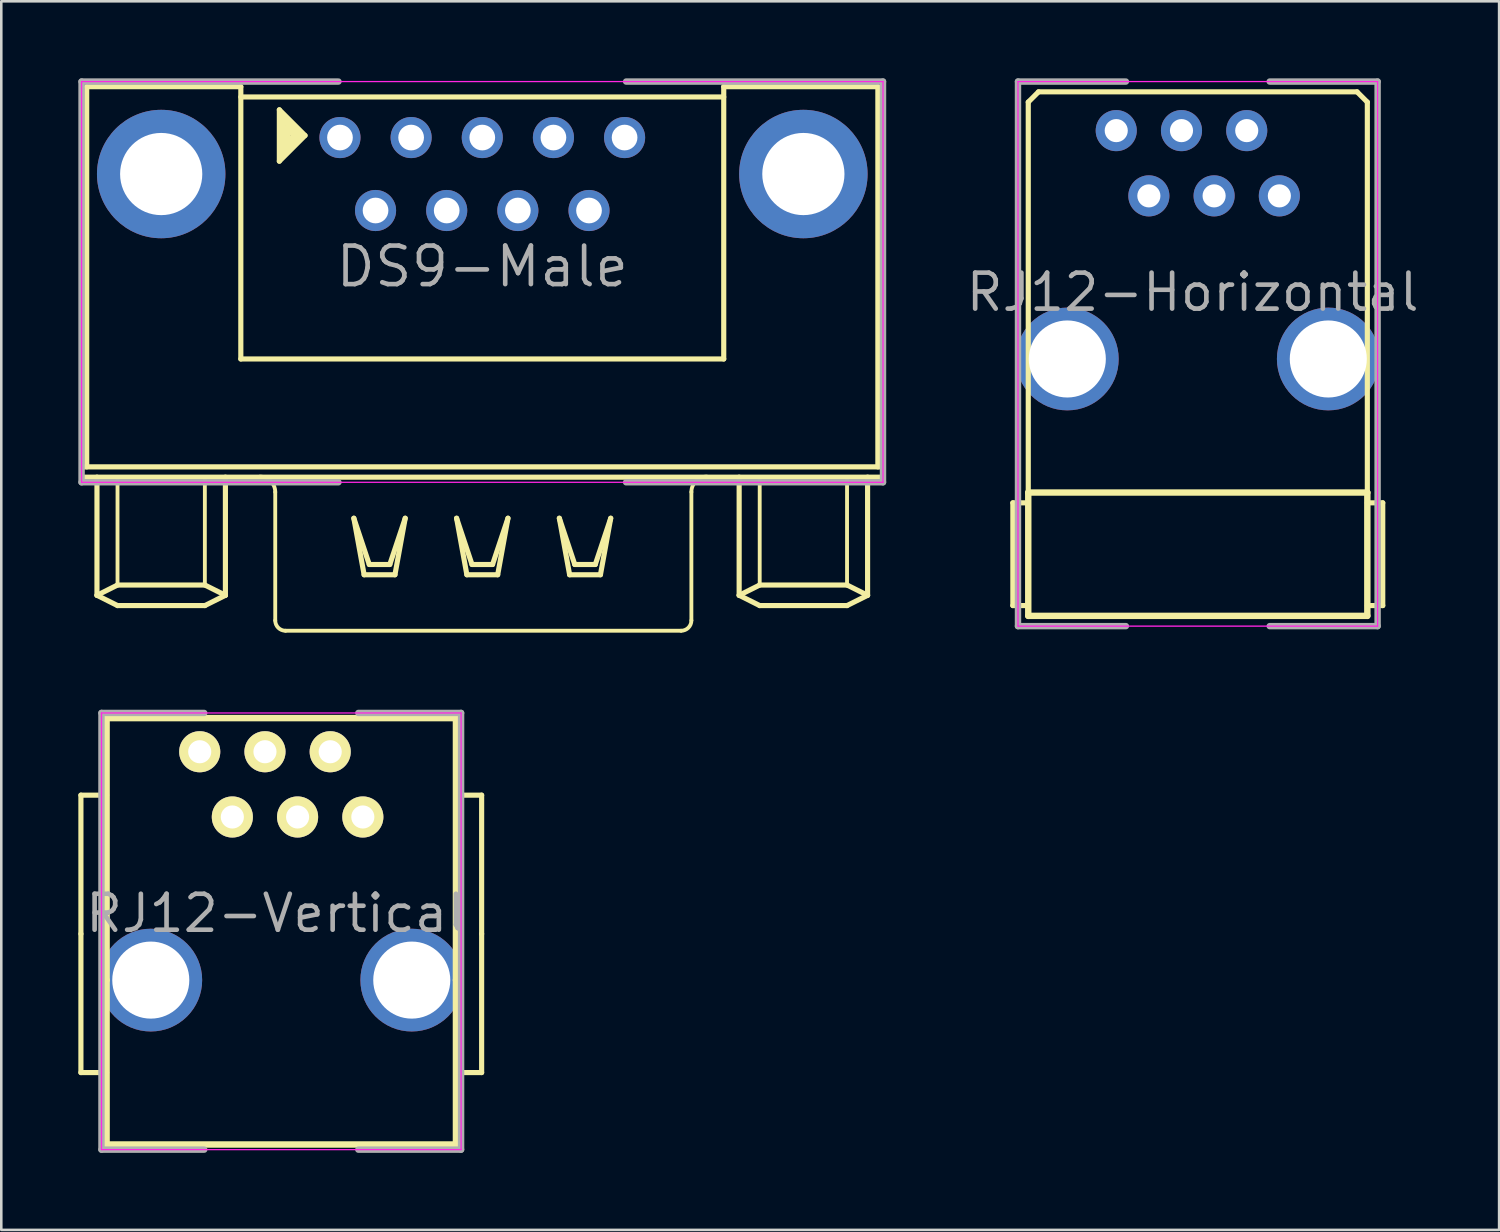
<source format=kicad_pcb>
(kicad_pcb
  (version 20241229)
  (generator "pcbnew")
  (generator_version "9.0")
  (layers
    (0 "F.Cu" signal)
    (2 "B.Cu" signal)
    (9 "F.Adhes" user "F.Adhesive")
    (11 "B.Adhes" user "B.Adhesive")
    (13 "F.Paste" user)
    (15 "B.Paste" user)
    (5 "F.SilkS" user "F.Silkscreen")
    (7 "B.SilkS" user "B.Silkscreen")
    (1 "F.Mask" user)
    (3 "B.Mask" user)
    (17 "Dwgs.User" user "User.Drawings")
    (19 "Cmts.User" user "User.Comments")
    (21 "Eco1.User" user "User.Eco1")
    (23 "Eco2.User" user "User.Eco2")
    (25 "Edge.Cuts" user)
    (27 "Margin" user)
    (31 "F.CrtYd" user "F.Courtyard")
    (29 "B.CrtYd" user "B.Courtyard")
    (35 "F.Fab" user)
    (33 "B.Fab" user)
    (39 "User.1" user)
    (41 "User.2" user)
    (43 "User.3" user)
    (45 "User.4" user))
  (footprint "RJ12-Horizontal"
    (layer "F.Cu")
    (at 43.58 10.925)
    (property "Reference" "RJ12-Horizontal" (at -0.2 -2.6 0) (layer "F.Fab") (effects (font (size 1.4 1.4) (thickness 0.18))))
    (attr exclude_from_pos_files exclude_from_bom)
    (fp_line (start -7.2 5.6) (end -7.2 9.6) (stroke (width 0.2) (type solid)) (layer "F.SilkS"))
    (fp_line (start -7.2 9.6) (end -6.6 9.6) (stroke (width 0.2) (type solid)) (layer "F.SilkS"))
    (fp_line (start -6.6 -10) (end -6.2 -10.4) (stroke (width 0.2) (type solid)) (layer "F.SilkS"))
    (fp_line (start -6.6 5.2) (end -6.6 -10) (stroke (width 0.2) (type solid)) (layer "F.SilkS"))
    (fp_line (start -6.6 5.2) (end -6.6 10) (stroke (width 0.25) (type solid)) (layer "F.SilkS"))
    (fp_line (start -6.6 5.2) (end 6.6 5.2) (stroke (width 0.25) (type solid)) (layer "F.SilkS"))
    (fp_line (start -6.6 5.6) (end -7.2 5.6) (stroke (width 0.2) (type solid)) (layer "F.SilkS"))
    (fp_line (start -6.6 10) (end 6.6 10) (stroke (width 0.25) (type solid)) (layer "F.SilkS"))
    (fp_line (start -6.2 -10.4) (end 6.2 -10.4) (stroke (width 0.2) (type solid)) (layer "F.SilkS"))
    (fp_line (start 6.6 -10) (end 6.2 -10.4) (stroke (width 0.2) (type solid)) (layer "F.SilkS"))
    (fp_line (start 6.6 -10) (end 6.6 5.2) (stroke (width 0.2) (type solid)) (layer "F.SilkS"))
    (fp_line (start 6.6 5.2) (end 6.6 10) (stroke (width 0.25) (type solid)) (layer "F.SilkS"))
    (fp_line (start 6.6 5.6) (end 7.2 5.6) (stroke (width 0.2) (type solid)) (layer "F.SilkS"))
    (fp_line (start 7.2 5.6) (end 7.2 9.6) (stroke (width 0.2) (type solid)) (layer "F.SilkS"))
    (fp_line (start 7.2 9.6) (end 6.6 9.6) (stroke (width 0.2) (type solid)) (layer "F.SilkS"))
    (fp_line (start -7 -10.8) (end 7 -10.8) (stroke (width 0.05) (type solid)) (layer "F.CrtYd"))
    (fp_line (start -7 10.4) (end -7 -10.8) (stroke (width 0.05) (type solid)) (layer "F.CrtYd"))
    (fp_line (start 7 -10.8) (end 7 10.4) (stroke (width 0.05) (type solid)) (layer "F.CrtYd"))
    (fp_line (start 7 10.4) (end -7 10.4) (stroke (width 0.05) (type solid)) (layer "F.CrtYd"))
    (fp_line (start -7 -10.8) (end -7 10.4) (stroke (width 0.25) (type solid)) (layer "F.Fab"))
    (fp_line (start -2.8 -10.8) (end -7 -10.8) (stroke (width 0.25) (type solid)) (layer "F.Fab"))
    (fp_line (start -2.8 10.4) (end -7 10.4) (stroke (width 0.25) (type solid)) (layer "F.Fab"))
    (fp_line (start 7 -10.8) (end 2.8 -10.8) (stroke (width 0.25) (type solid)) (layer "F.Fab"))
    (fp_line (start 7 -10.8) (end 7 10.4) (stroke (width 0.25) (type solid)) (layer "F.Fab"))
    (fp_line (start 7 10.4) (end 2.8 10.4) (stroke (width 0.25) (type solid)) (layer "F.Fab"))
    (pad "1" thru_hole circle (at -3.175 -8.89) (size 1.6 1.6) (drill 0.9) (layers "*.Cu" "*.Mask"))
    (pad "2" thru_hole circle (at -1.905 -6.35) (size 1.6 1.6) (drill 0.9) (layers "*.Cu" "*.Mask"))
    (pad "3" thru_hole circle (at -0.635 -8.89) (size 1.6 1.6) (drill 0.9) (layers "*.Cu" "*.Mask"))
    (pad "4" thru_hole circle (at 0.635 -6.35) (size 1.6 1.6) (drill 0.9) (layers "*.Cu" "*.Mask"))
    (pad "5" thru_hole circle (at 1.905 -8.89) (size 1.6 1.6) (drill 0.9) (layers "*.Cu" "*.Mask"))
    (pad "6" thru_hole circle (at 3.175 -6.35) (size 1.6 1.6) (drill 0.9) (layers "*.Cu" "*.Mask"))
    (pad "7" thru_hole circle (at -5.08 0) (size 4 4) (drill 3) (layers "*.Cu" "*.Mask"))
    (pad "7" thru_hole circle (at 5.08 0) (size 4 4) (drill 3) (layers "*.Cu" "*.Mask")))
  (footprint "DS9-Male"
    (layer "F.Cu")
    (at 15.725 3.725)
    (property "Reference" "DS9-Male" (at 0 3.6 0) (layer "F.Fab") (effects (font (size 1.5 1.5) (thickness 0.18))))
    (attr through_hole)
    (fp_line (start -15.6 11.4) (end -15.6 11.8) (stroke (width 0.2) (type solid)) (layer "F.SilkS"))
    (fp_line (start -15.6 11.4) (end 15.6 11.4) (stroke (width 0.2) (type solid)) (layer "F.SilkS"))
    (fp_line (start -15.6 11.8) (end 15.6 11.8) (stroke (width 0.2) (type solid)) (layer "F.SilkS"))
    (fp_line (start -15.4 -3.4) (end -9.4 -3.4) (stroke (width 0.2) (type solid)) (layer "F.SilkS"))
    (fp_line (start -15.4 11.4) (end -15.4 -3.4) (stroke (width 0.2) (type solid)) (layer "F.SilkS"))
    (fp_line (start -15 16.4) (end -15 11.8) (stroke (width 0.2) (type solid)) (layer "F.SilkS"))
    (fp_line (start -14.2 16) (end -15 16.4) (stroke (width 0.2) (type solid)) (layer "F.SilkS"))
    (fp_line (start -14.2 16) (end -14.2 11.8) (stroke (width 0.15) (type solid)) (layer "F.SilkS"))
    (fp_line (start -14.2 16.8) (end -15 16.4) (stroke (width 0.2) (type solid)) (layer "F.SilkS"))
    (fp_line (start -14.2 16.8) (end -10.8 16.8) (stroke (width 0.2) (type solid)) (layer "F.SilkS"))
    (fp_line (start -10.8 16) (end -14.2 16) (stroke (width 0.2) (type solid)) (layer "F.SilkS"))
    (fp_line (start -10.8 16) (end -10.8 11.8) (stroke (width 0.15) (type solid)) (layer "F.SilkS"))
    (fp_line (start -10 16.4) (end -10.8 16) (stroke (width 0.2) (type solid)) (layer "F.SilkS"))
    (fp_line (start -10 16.4) (end -10.8 16.8) (stroke (width 0.2) (type solid)) (layer "F.SilkS"))
    (fp_line (start -10 16.4) (end -10 11.8) (stroke (width 0.2) (type solid)) (layer "F.SilkS"))
    (fp_line (start -9.4 -3.4) (end -9.4 7.2) (stroke (width 0.2) (type solid)) (layer "F.SilkS"))
    (fp_line (start -9.4 -3) (end 9.4 -3) (stroke (width 0.2) (type solid)) (layer "F.SilkS"))
    (fp_line (start -9.4 7.2) (end 9.4 7.2) (stroke (width 0.2) (type solid)) (layer "F.SilkS"))
    (fp_line (start -8.06 12.38) (end -8.06 17.38) (stroke (width 0.15) (type solid)) (layer "F.SilkS"))
    (fp_line (start -7.9 -2.5) (end -7.9 -0.5) (stroke (width 0.2) (type solid)) (layer "F.SilkS"))
    (fp_line (start -7.8 -2.2) (end -7.2 -1.6) (stroke (width 0.25) (type solid)) (layer "F.SilkS"))
    (fp_line (start -7.8 -0.8) (end -7.8 -2.2) (stroke (width 0.25) (type solid)) (layer "F.SilkS"))
    (fp_line (start -7.66 17.78) (end 7.74 17.78) (stroke (width 0.15) (type solid)) (layer "F.SilkS"))
    (fp_line (start -7.6 -1.8) (end -7.4 -1.6) (stroke (width 0.25) (type solid)) (layer "F.SilkS"))
    (fp_line (start -7.6 -1.2) (end -7.6 -1.8) (stroke (width 0.25) (type solid)) (layer "F.SilkS"))
    (fp_line (start -7.2 -1.6) (end -7.6 -1.2) (stroke (width 0.25) (type solid)) (layer "F.SilkS"))
    (fp_line (start -7.1 -1.5) (end -7.8 -0.8) (stroke (width 0.25) (type solid)) (layer "F.SilkS"))
    (fp_line (start -6.9 -1.5) (end -7.9 -2.5) (stroke (width 0.2) (type solid)) (layer "F.SilkS"))
    (fp_line (start -6.9 -1.5) (end -7.9 -0.5) (stroke (width 0.2) (type solid)) (layer "F.SilkS"))
    (fp_line (start -5 13.4) (end -4.6 15.6) (stroke (width 0.2) (type solid)) (layer "F.SilkS"))
    (fp_line (start -4.6 15.6) (end -3.4 15.6) (stroke (width 0.2) (type solid)) (layer "F.SilkS"))
    (fp_line (start -4.4 15.2) (end -5 13.4) (stroke (width 0.2) (type solid)) (layer "F.SilkS"))
    (fp_line (start -3.6 15.2) (end -4.4 15.2) (stroke (width 0.2) (type solid)) (layer "F.SilkS"))
    (fp_line (start -3.4 15.6) (end -3 13.4) (stroke (width 0.2) (type solid)) (layer "F.SilkS"))
    (fp_line (start -3 13.4) (end -3.6 15.2) (stroke (width 0.2) (type solid)) (layer "F.SilkS"))
    (fp_line (start -1 13.4) (end -0.6 15.6) (stroke (width 0.2) (type solid)) (layer "F.SilkS"))
    (fp_line (start -0.6 15.6) (end 0.6 15.6) (stroke (width 0.2) (type solid)) (layer "F.SilkS"))
    (fp_line (start -0.4 15.2) (end -1 13.4) (stroke (width 0.2) (type solid)) (layer "F.SilkS"))
    (fp_line (start 0.4 15.2) (end -0.4 15.2) (stroke (width 0.2) (type solid)) (layer "F.SilkS"))
    (fp_line (start 0.6 15.6) (end 1 13.4) (stroke (width 0.2) (type solid)) (layer "F.SilkS"))
    (fp_line (start 1 13.4) (end 0.4 15.2) (stroke (width 0.2) (type solid)) (layer "F.SilkS"))
    (fp_line (start 3 13.4) (end 3.4 15.6) (stroke (width 0.2) (type solid)) (layer "F.SilkS"))
    (fp_line (start 3.4 15.6) (end 4.6 15.6) (stroke (width 0.2) (type solid)) (layer "F.SilkS"))
    (fp_line (start 3.6 15.2) (end 3 13.4) (stroke (width 0.2) (type solid)) (layer "F.SilkS"))
    (fp_line (start 4.4 15.2) (end 3.6 15.2) (stroke (width 0.2) (type solid)) (layer "F.SilkS"))
    (fp_line (start 4.6 15.6) (end 5 13.4) (stroke (width 0.2) (type solid)) (layer "F.SilkS"))
    (fp_line (start 5 13.4) (end 4.4 15.2) (stroke (width 0.2) (type solid)) (layer "F.SilkS"))
    (fp_line (start 8.14 17.38) (end 8.14 12.38) (stroke (width 0.15) (type solid)) (layer "F.SilkS"))
    (fp_line (start 9.4 -3.4) (end 15.4 -3.4) (stroke (width 0.2) (type solid)) (layer "F.SilkS"))
    (fp_line (start 9.4 7.2) (end 9.4 -3.4) (stroke (width 0.2) (type solid)) (layer "F.SilkS"))
    (fp_line (start 10 16.4) (end 10 11.8) (stroke (width 0.2) (type solid)) (layer "F.SilkS"))
    (fp_line (start 10.8 16) (end 10 16.4) (stroke (width 0.2) (type solid)) (layer "F.SilkS"))
    (fp_line (start 10.8 16) (end 10.8 11.8) (stroke (width 0.15) (type solid)) (layer "F.SilkS"))
    (fp_line (start 10.8 16.8) (end 10 16.4) (stroke (width 0.2) (type solid)) (layer "F.SilkS"))
    (fp_line (start 10.8 16.8) (end 14.2 16.8) (stroke (width 0.2) (type solid)) (layer "F.SilkS"))
    (fp_line (start 14.2 16) (end 10.8 16) (stroke (width 0.2) (type solid)) (layer "F.SilkS"))
    (fp_line (start 14.2 16) (end 14.2 11.8) (stroke (width 0.15) (type solid)) (layer "F.SilkS"))
    (fp_line (start 15 16.4) (end 14.2 16) (stroke (width 0.2) (type solid)) (layer "F.SilkS"))
    (fp_line (start 15 16.4) (end 14.2 16.8) (stroke (width 0.2) (type solid)) (layer "F.SilkS"))
    (fp_line (start 15 16.4) (end 15 11.8) (stroke (width 0.2) (type solid)) (layer "F.SilkS"))
    (fp_line (start 15.4 -3.4) (end 15.4 11.4) (stroke (width 0.2) (type solid)) (layer "F.SilkS"))
    (fp_line (start 15.6 11.8) (end 15.6 11.4) (stroke (width 0.2) (type solid)) (layer "F.SilkS"))
    (fp_arc (start -8.66 11.78) (mid -8.235736 11.955736) (end -8.06 12.38) (stroke (width 0.15) (type solid)) (layer "F.SilkS"))
    (fp_arc (start -7.66 17.78) (mid -7.942843 17.662843) (end -8.06 17.38) (stroke (width 0.15) (type solid)) (layer "F.SilkS"))
    (fp_arc (start 8.14 12.38) (mid 8.315736 11.955736) (end 8.74 11.78) (stroke (width 0.15) (type solid)) (layer "F.SilkS"))
    (fp_arc (start 8.14 17.38) (mid 8.022843 17.662843) (end 7.74 17.78) (stroke (width 0.15) (type solid)) (layer "F.SilkS"))
    (fp_line (start -15.6 -3.6) (end -15.6 12) (stroke (width 0.05) (type solid)) (layer "F.CrtYd"))
    (fp_line (start -15.6 12) (end 15.6 12) (stroke (width 0.05) (type solid)) (layer "F.CrtYd"))
    (fp_line (start 15.6 -3.6) (end -15.6 -3.6) (stroke (width 0.05) (type solid)) (layer "F.CrtYd"))
    (fp_line (start 15.6 12) (end 15.6 -3.6) (stroke (width 0.05) (type solid)) (layer "F.CrtYd"))
    (fp_line (start -15.6 -3.6) (end -15.6 12) (stroke (width 0.25) (type solid)) (layer "F.Fab"))
    (fp_line (start -15.6 12) (end -5.6 12) (stroke (width 0.25) (type solid)) (layer "F.Fab"))
    (fp_line (start -5.6 -3.6) (end -15.6 -3.6) (stroke (width 0.25) (type solid)) (layer "F.Fab"))
    (fp_line (start 5.6 -3.6) (end 15.6 -3.6) (stroke (width 0.25) (type solid)) (layer "F.Fab"))
    (fp_line (start 15.6 -3.6) (end 15.6 12) (stroke (width 0.25) (type solid)) (layer "F.Fab"))
    (fp_line (start 15.6 12) (end 5.6 12) (stroke (width 0.25) (type solid)) (layer "F.Fab"))
    (pad "1" thru_hole circle (at -5.54 -1.42) (size 1.6 1.6) (drill 1) (layers "*.Cu" "*.Mask"))
    (pad "2" thru_hole circle (at -2.77 -1.42) (size 1.6 1.6) (drill 1) (layers "*.Cu" "*.Mask"))
    (pad "3" thru_hole circle (at 0 -1.42) (size 1.6 1.6) (drill 1) (layers "*.Cu" "*.Mask"))
    (pad "4" thru_hole circle (at 2.77 -1.42) (size 1.6 1.6) (drill 1) (layers "*.Cu" "*.Mask"))
    (pad "5" thru_hole circle (at 5.54 -1.42) (size 1.6 1.6) (drill 1) (layers "*.Cu" "*.Mask"))
    (pad "6" thru_hole circle (at -4.155 1.42) (size 1.6 1.6) (drill 1) (layers "*.Cu" "*.Mask"))
    (pad "7" thru_hole circle (at -1.385 1.42) (size 1.6 1.6) (drill 1) (layers "*.Cu" "*.Mask"))
    (pad "8" thru_hole circle (at 1.385 1.42) (size 1.6 1.6) (drill 1) (layers "*.Cu" "*.Mask"))
    (pad "9" thru_hole circle (at 4.155 1.42) (size 1.6 1.6) (drill 1) (layers "*.Cu" "*.Mask"))
    (pad "10" thru_hole circle (at -12.5 0) (size 5 5) (drill 3.2) (layers "*.Cu" "*.Mask"))
    (pad "10" thru_hole circle (at 12.5 0) (size 5 5) (drill 3.2) (layers "*.Cu" "*.Mask")))
  (footprint "RJ12-Vertical"
    (layer "F.Cu")
    (at 7.9 35.105)
    (property "Reference" "RJ12-Vertical" (at -0.2 -2.6 0) (layer "F.Fab") (effects (font (size 1.4 1.4) (thickness 0.18))))
    (attr exclude_from_pos_files exclude_from_bom)
    (fp_line (start -7.8 -7.2) (end -7.8 -1.8) (stroke (width 0.2) (type solid)) (layer "F.SilkS"))
    (fp_line (start -7.8 -7.2) (end -6.8 -7.2) (stroke (width 0.2) (type solid)) (layer "F.SilkS"))
    (fp_line (start -7.8 -1.8) (end -7.8 3.6) (stroke (width 0.2) (type solid)) (layer "F.SilkS"))
    (fp_line (start -7.8 3.6) (end -6.8 3.6) (stroke (width 0.2) (type solid)) (layer "F.SilkS"))
    (fp_line (start -6.8 -10.2) (end -6.8 0) (stroke (width 0.25) (type solid)) (layer "F.SilkS"))
    (fp_line (start -6.8 -10.2) (end 6.8 -10.2) (stroke (width 0.25) (type solid)) (layer "F.SilkS"))
    (fp_line (start -6.8 0) (end -6.8 6.4) (stroke (width 0.25) (type solid)) (layer "F.SilkS"))
    (fp_line (start -6.8 6.4) (end 6.8 6.4) (stroke (width 0.25) (type solid)) (layer "F.SilkS"))
    (fp_line (start 6.8 -10.2) (end 6.8 0) (stroke (width 0.25) (type solid)) (layer "F.SilkS"))
    (fp_line (start 6.8 -7.2) (end 7.8 -7.2) (stroke (width 0.2) (type solid)) (layer "F.SilkS"))
    (fp_line (start 6.8 3.6) (end 7.8 3.6) (stroke (width 0.2) (type solid)) (layer "F.SilkS"))
    (fp_line (start 6.8 6.4) (end 6.8 0) (stroke (width 0.25) (type solid)) (layer "F.SilkS"))
    (fp_line (start 7.8 -7.2) (end 7.8 -1.8) (stroke (width 0.2) (type solid)) (layer "F.SilkS"))
    (fp_line (start 7.8 -1.8) (end 7.8 3.6) (stroke (width 0.2) (type solid)) (layer "F.SilkS"))
    (fp_line (start -7 -10.4) (end 7 -10.4) (stroke (width 0.05) (type solid)) (layer "F.CrtYd"))
    (fp_line (start -7 6.6) (end -7 -10.4) (stroke (width 0.05) (type solid)) (layer "F.CrtYd"))
    (fp_line (start 7 -10.4) (end 7 6.6) (stroke (width 0.05) (type solid)) (layer "F.CrtYd"))
    (fp_line (start 7 6.6) (end -7 6.6) (stroke (width 0.05) (type solid)) (layer "F.CrtYd"))
    (fp_line (start -7 -10.4) (end -7 6.6) (stroke (width 0.25) (type solid)) (layer "F.Fab"))
    (fp_line (start -3 -10.4) (end -7 -10.4) (stroke (width 0.25) (type solid)) (layer "F.Fab"))
    (fp_line (start -3 6.6) (end -7 6.6) (stroke (width 0.25) (type solid)) (layer "F.Fab"))
    (fp_line (start 7 -10.4) (end 3 -10.4) (stroke (width 0.25) (type solid)) (layer "F.Fab"))
    (fp_line (start 7 -10.4) (end 7 6.6) (stroke (width 0.25) (type solid)) (layer "F.Fab"))
    (fp_line (start 7 6.6) (end 3 6.6) (stroke (width 0.25) (type solid)) (layer "F.Fab"))
    (pad "1" thru_hole circle (at -3.175 -8.89) (size 1.6 1.6) (drill 0.9) (layers "*.Cu" "*.Mask" "F.SilkS"))
    (pad "2" thru_hole circle (at -1.905 -6.35) (size 1.6 1.6) (drill 0.9) (layers "*.Cu" "*.Mask" "F.SilkS"))
    (pad "3" thru_hole circle (at -0.635 -8.89) (size 1.6 1.6) (drill 0.9) (layers "*.Cu" "*.Mask" "F.SilkS"))
    (pad "4" thru_hole circle (at 0.635 -6.35) (size 1.6 1.6) (drill 0.9) (layers "*.Cu" "*.Mask" "F.SilkS"))
    (pad "5" thru_hole circle (at 1.905 -8.89) (size 1.6 1.6) (drill 0.9) (layers "*.Cu" "*.Mask" "F.SilkS"))
    (pad "6" thru_hole circle (at 3.175 -6.35) (size 1.6 1.6) (drill 0.9) (layers "*.Cu" "*.Mask" "F.SilkS"))
    (pad "7" thru_hole circle (at -5.08 0) (size 4 4) (drill 3) (layers "*.Cu" "*.Mask"))
    (pad "7" thru_hole circle (at 5.08 0) (size 4 4) (drill 3) (layers "*.Cu" "*.Mask")))
  (gr_rect
    (start -3 -3)
    (end 55.31 44.83)
    (stroke (width 0.1) (type default))
    (fill no)
    (layer "Edge.Cuts")))
</source>
